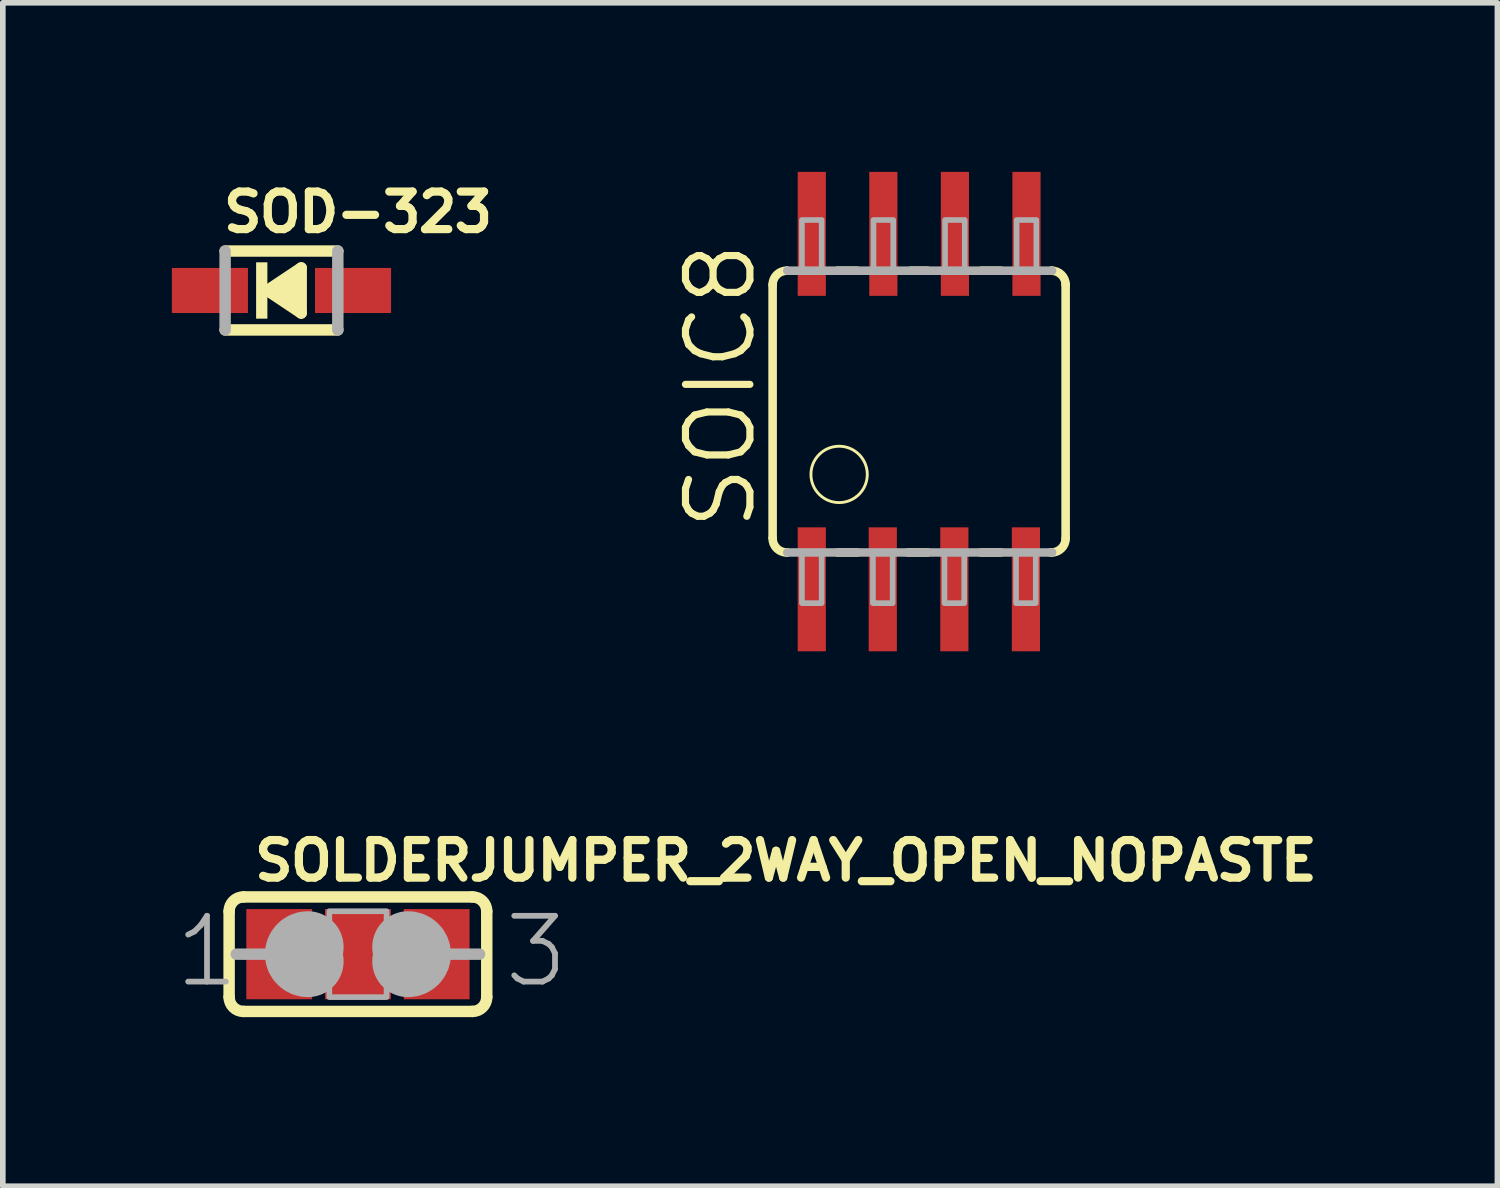
<source format=kicad_pcb>
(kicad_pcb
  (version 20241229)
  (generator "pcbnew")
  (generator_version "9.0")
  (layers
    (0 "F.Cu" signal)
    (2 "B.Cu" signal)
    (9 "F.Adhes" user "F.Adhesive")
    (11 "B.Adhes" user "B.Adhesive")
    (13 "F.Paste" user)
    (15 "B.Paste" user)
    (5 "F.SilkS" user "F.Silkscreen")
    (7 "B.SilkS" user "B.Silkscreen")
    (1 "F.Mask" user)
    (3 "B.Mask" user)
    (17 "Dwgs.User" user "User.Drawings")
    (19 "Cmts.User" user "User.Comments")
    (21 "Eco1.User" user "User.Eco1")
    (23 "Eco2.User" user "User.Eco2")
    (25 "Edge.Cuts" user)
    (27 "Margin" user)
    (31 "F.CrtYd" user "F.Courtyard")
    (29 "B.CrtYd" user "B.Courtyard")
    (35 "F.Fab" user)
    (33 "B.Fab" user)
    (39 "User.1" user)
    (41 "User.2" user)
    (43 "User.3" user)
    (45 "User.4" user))
  (footprint "SOIC8"
    (layer "F.Cu")
    (at 13.261 4.254)
    (property "Reference" "SOIC8" (at -2.857 2.159 90) (layer "F.SilkS") (effects (font (size 1.143 1.143) (thickness 0.127)) (justify left bottom)))
    (fp_line (start -2.6 -2.25) (end -2.6 2.24) (stroke (width 0.152) (type solid)) (layer "F.SilkS"))
    (fp_line (start -2.35 -2.5) (end -2.34 -2.5) (stroke (width 0.152) (type solid)) (layer "F.SilkS"))
    (fp_line (start -2.35 2.5) (end -2.34 2.5) (stroke (width 0.152) (type solid)) (layer "F.SilkS"))
    (fp_line (start -1.45 -2.5) (end -1.1 -2.5) (stroke (width 0.152) (type solid)) (layer "F.SilkS"))
    (fp_line (start -1.1 2.5) (end -1.45 2.5) (stroke (width 0.152) (type solid)) (layer "F.SilkS"))
    (fp_line (start -0.15 -2.5) (end 0.15 -2.5) (stroke (width 0.152) (type solid)) (layer "F.SilkS"))
    (fp_line (start 0.15 2.5) (end -0.2 2.5) (stroke (width 0.152) (type solid)) (layer "F.SilkS"))
    (fp_line (start 1.1 -2.5) (end 1.45 -2.5) (stroke (width 0.152) (type solid)) (layer "F.SilkS"))
    (fp_line (start 1.45 2.5) (end 1.1 2.5) (stroke (width 0.152) (type solid)) (layer "F.SilkS"))
    (fp_line (start 2.35 -2.5) (end 2.36 -2.5) (stroke (width 0.152) (type solid)) (layer "F.SilkS"))
    (fp_line (start 2.35 2.5) (end 2.33 2.5) (stroke (width 0.152) (type solid)) (layer "F.SilkS"))
    (fp_line (start 2.6 2.25) (end 2.6 -2.25) (stroke (width 0.152) (type solid)) (layer "F.SilkS"))
    (fp_arc (start -2.6 -2.25) (mid -2.526777 -2.426777) (end -2.35 -2.5) (stroke (width 0.1524) (type solid)) (layer "F.SilkS"))
    (fp_arc (start -2.35 2.5) (mid -2.526777 2.426777) (end -2.6 2.25) (stroke (width 0.1524) (type solid)) (layer "F.SilkS"))
    (fp_arc (start 2.35 -2.5) (mid 2.526777 -2.426777) (end 2.6 -2.25) (stroke (width 0.1524) (type solid)) (layer "F.SilkS"))
    (fp_arc (start 2.6 2.25) (mid 2.526777 2.426777) (end 2.35 2.5) (stroke (width 0.1524) (type solid)) (layer "F.SilkS"))
    (fp_circle (center -1.42 1.115) (end -0.92 1.115) (stroke (width 0.051) (type solid)) (fill no) (layer "F.SilkS"))
    (fp_line (start -2.34 -2.5) (end 2.36 -2.5) (stroke (width 0.152) (type solid)) (layer "F.Fab"))
    (fp_line (start 2.36 2.5) (end -2.34 2.5) (stroke (width 0.152) (type solid)) (layer "F.Fab"))
    (fp_poly (pts (xy -2.08 -2.5) (xy -1.73 -2.5) (xy -1.73 -3.4) (xy -2.08 -3.4)) (stroke (width 0.1) (type default)) (fill no) (layer "F.Fab"))
    (fp_poly (pts (xy -2.08 3.4) (xy -1.73 3.4) (xy -1.73 2.5) (xy -2.08 2.5)) (stroke (width 0.1) (type default)) (fill no) (layer "F.Fab"))
    (fp_poly (pts (xy -0.82 3.4) (xy -0.47 3.4) (xy -0.47 2.5) (xy -0.82 2.5)) (stroke (width 0.1) (type default)) (fill no) (layer "F.Fab"))
    (fp_poly (pts (xy -0.81 -2.5) (xy -0.46 -2.5) (xy -0.46 -3.4) (xy -0.81 -3.4)) (stroke (width 0.1) (type default)) (fill no) (layer "F.Fab"))
    (fp_poly (pts (xy 0.45 3.4) (xy 0.8 3.4) (xy 0.8 2.5) (xy 0.45 2.5)) (stroke (width 0.1) (type default)) (fill no) (layer "F.Fab"))
    (fp_poly (pts (xy 0.46 -2.5) (xy 0.81 -2.5) (xy 0.81 -3.4) (xy 0.46 -3.4)) (stroke (width 0.1) (type default)) (fill no) (layer "F.Fab"))
    (fp_poly (pts (xy 1.72 3.4) (xy 2.07 3.4) (xy 2.07 2.5) (xy 1.72 2.5)) (stroke (width 0.1) (type default)) (fill no) (layer "F.Fab"))
    (fp_poly (pts (xy 1.73 -2.5) (xy 2.08 -2.5) (xy 2.08 -3.4) (xy 1.73 -3.4)) (stroke (width 0.1) (type default)) (fill no) (layer "F.Fab"))
    (pad "1" smd rect (at -1.905 3.154) (size 0.5 2.2) (layers "F.Cu" "F.Mask" "F.Paste"))
    (pad "2" smd rect (at -0.645 3.154) (size 0.5 2.2) (layers "F.Cu" "F.Mask" "F.Paste"))
    (pad "3" smd rect (at 0.625 3.154) (size 0.5 2.2) (layers "F.Cu" "F.Mask" "F.Paste"))
    (pad "4" smd rect (at 1.895 3.154) (size 0.5 2.2) (layers "F.Cu" "F.Mask" "F.Paste"))
    (pad "5" smd rect (at 1.905 -3.154) (size 0.5 2.2) (layers "F.Cu" "F.Mask" "F.Paste"))
    (pad "6" smd rect (at 0.635 -3.154) (size 0.5 2.2) (layers "F.Cu" "F.Mask" "F.Paste"))
    (pad "7" smd rect (at -0.635 -3.154) (size 0.5 2.2) (layers "F.Cu" "F.Mask" "F.Paste"))
    (pad "8" smd rect (at -1.905 -3.154) (size 0.5 2.2) (layers "F.Cu" "F.Mask" "F.Paste")))
  (footprint "SOLDERJUMPER_2WAY_OPEN_NOPASTE"
    (layer "F.Cu")
    (at 3.302 13.883)
    (property "Reference" "SOLDERJUMPER_2WAY_OPEN_NOPASTE" (at -1.905 -1.27 0) (layer "F.SilkS") (effects (font (size 0.666 0.666) (thickness 0.146)) (justify left bottom)))
    (fp_poly (pts (xy -2.1 0.9) (xy 2.1 0.9) (xy 2.1 -0.9) (xy -2.1 -0.9)) (stroke (width 0) (type default)) (fill yes) (layer "F.Mask"))
    (fp_line (start -2.286 0.762) (end -2.286 -0.762) (stroke (width 0.203) (type solid)) (layer "F.SilkS"))
    (fp_line (start -2.032 -1.016) (end 2.032 -1.016) (stroke (width 0.203) (type solid)) (layer "F.SilkS"))
    (fp_line (start 2.032 1.016) (end -2.032 1.016) (stroke (width 0.203) (type solid)) (layer "F.SilkS"))
    (fp_line (start 2.286 0.762) (end 2.286 -0.762) (stroke (width 0.203) (type solid)) (layer "F.SilkS"))
    (fp_arc (start -2.286 -0.762) (mid -2.211605 -0.941605) (end -2.032 -1.016) (stroke (width 0.2032) (type solid)) (layer "F.SilkS"))
    (fp_arc (start -2.032 1.016) (mid -2.211605 0.941605) (end -2.286 0.762) (stroke (width 0.2032) (type solid)) (layer "F.SilkS"))
    (fp_arc (start 2.032 -1.016) (mid 2.211605 -0.941605) (end 2.286 -0.762) (stroke (width 0.2032) (type solid)) (layer "F.SilkS"))
    (fp_arc (start 2.286 0.762) (mid 2.211605 0.941605) (end 2.032 1.016) (stroke (width 0.2032) (type solid)) (layer "F.SilkS"))
    (fp_line (start -1.651 0) (end -2.159 0) (stroke (width 0.203) (type solid)) (layer "F.Fab"))
    (fp_line (start 1.651 0) (end 2.159 0) (stroke (width 0.203) (type solid)) (layer "F.Fab"))
    (fp_arc (start -0.889 0.127) (mid -1.016 0) (end -0.889 -0.127) (stroke (width 1.27) (type solid)) (layer "F.Fab"))
    (fp_arc (start 0.889 -0.127) (mid 1.016 0) (end 0.889 0.127) (stroke (width 1.27) (type solid)) (layer "F.Fab"))
    (fp_poly (pts (xy -0.508 0.762) (xy 0.508 0.762) (xy 0.508 -0.762) (xy -0.508 -0.762)) (stroke (width 0.1) (type default)) (fill no) (layer "F.Fab"))
    (fp_text user "3" (at 2.54 0.635 0) (layer "F.Fab") (effects (font (size 1.168 1.168) (thickness 0.102)) (justify left bottom)))
    (fp_text user "1" (at -3.302 0.635 0) (layer "F.Fab") (effects (font (size 1.168 1.168) (thickness 0.102)) (justify left bottom)))
    (pad "1" smd rect (at -1.397 0) (size 1.168 1.6) (layers "F.Cu"))
    (pad "2" smd rect (at 0 0) (size 1.168 1.6) (layers "F.Cu"))
    (pad "3" smd rect (at 1.397 0) (size 1.168 1.6) (layers "F.Cu")))
  (footprint "SOD-323"
    (layer "F.Cu")
    (at 1.945 2.105)
    (property "Reference" "SOD-323" (at -1.1 -1 0) (layer "F.SilkS") (effects (font (size 0.666 0.666) (thickness 0.146)) (justify left bottom)))
    (fp_line (start -1 -0.7) (end 1 -0.7) (stroke (width 0.203) (type solid)) (layer "F.SilkS"))
    (fp_line (start -0.25 0) (end 0.35 -0.4) (stroke (width 0.203) (type solid)) (layer "F.SilkS"))
    (fp_line (start 0.35 -0.4) (end 0.35 0.4) (stroke (width 0.203) (type solid)) (layer "F.SilkS"))
    (fp_line (start 0.35 0.4) (end -0.25 0) (stroke (width 0.203) (type solid)) (layer "F.SilkS"))
    (fp_line (start 1 0.7) (end -1 0.7) (stroke (width 0.203) (type solid)) (layer "F.SilkS"))
    (fp_poly (pts (xy 0.302 0.39) (xy -0.283 0) (xy 0.302 -0.39)) (stroke (width 0) (type default)) (fill yes) (layer "F.SilkS"))
    (fp_poly (pts (xy -0.45 0.5) (xy -0.25 0.5) (xy -0.25 -0.5) (xy -0.45 -0.5)) (stroke (width 0) (type default)) (fill yes) (layer "F.SilkS"))
    (fp_line (start -1 0.7) (end -1 -0.7) (stroke (width 0.203) (type solid)) (layer "F.Fab"))
    (fp_line (start 1 -0.7) (end 1 0.7) (stroke (width 0.203) (type solid)) (layer "F.Fab"))
    (pad "A" smd rect (at 1.27 0) (size 1.35 0.8) (layers "F.Cu" "F.Mask" "F.Paste"))
    (pad "C" smd rect (at -1.27 0) (size 1.35 0.8) (layers "F.Cu" "F.Mask" "F.Paste")))
  (gr_rect
    (start -3 -3)
    (end 23.523 18.001)
    (stroke (width 0.1) (type default))
    (fill no)
    (layer "Edge.Cuts")))
</source>
